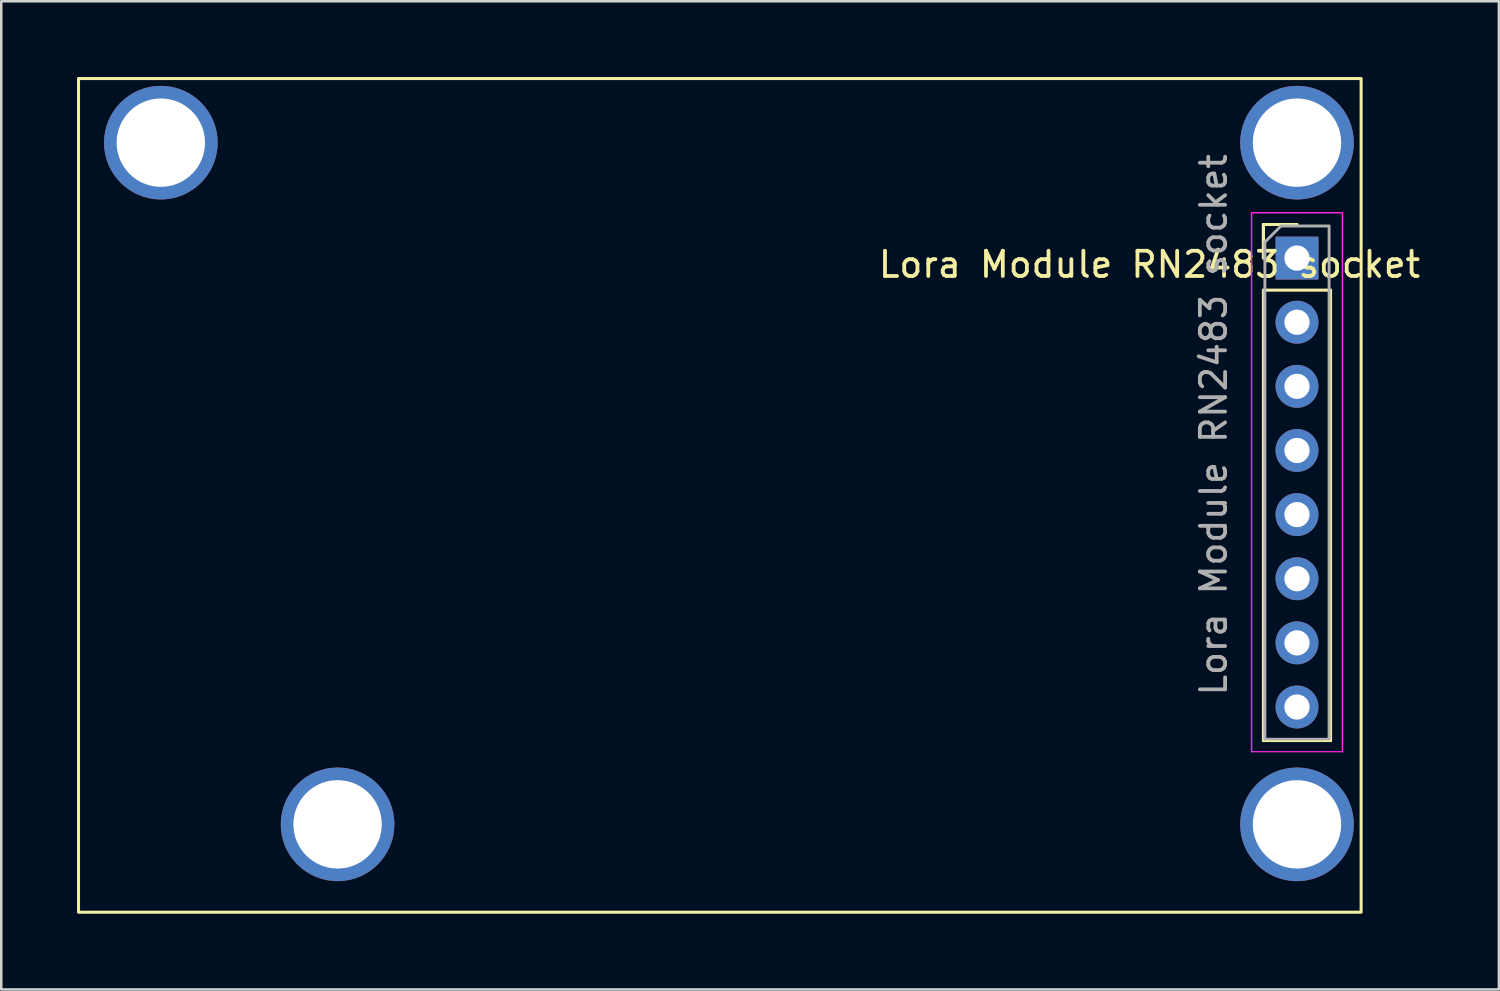
<source format=kicad_pcb>
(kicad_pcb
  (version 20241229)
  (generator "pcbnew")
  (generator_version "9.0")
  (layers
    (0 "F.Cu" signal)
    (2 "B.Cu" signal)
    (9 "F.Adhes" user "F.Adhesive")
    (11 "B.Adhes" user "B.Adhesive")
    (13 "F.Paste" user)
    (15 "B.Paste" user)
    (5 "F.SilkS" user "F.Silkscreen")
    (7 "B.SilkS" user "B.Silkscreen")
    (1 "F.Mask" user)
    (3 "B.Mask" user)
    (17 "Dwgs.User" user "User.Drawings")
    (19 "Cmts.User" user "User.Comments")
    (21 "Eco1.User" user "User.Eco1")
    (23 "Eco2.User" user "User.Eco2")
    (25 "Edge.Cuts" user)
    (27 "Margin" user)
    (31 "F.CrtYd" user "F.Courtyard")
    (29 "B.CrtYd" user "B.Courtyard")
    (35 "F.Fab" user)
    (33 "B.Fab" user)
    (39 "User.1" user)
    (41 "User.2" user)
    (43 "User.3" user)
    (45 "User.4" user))
  (footprint "Lora Module RN2483 socket"
    (layer "F.Cu")
    (at 48.32 7.172)
    (property "Reference" "Lora Module RN2483 socket" (at -5.842 0.254 0) (layer "F.SilkS") (effects (font (size 1 1) (thickness 0.15))))
    (attr through_hole)
    (fp_line (start -1.33 -1.33) (end 0 -1.33) (stroke (width 0.12) (type solid)) (layer "F.SilkS"))
    (fp_line (start -1.33 -1.33) (end 0 -1.33) (stroke (width 0.12) (type solid)) (layer "F.SilkS"))
    (fp_line (start -1.33 0) (end -1.33 -1.33) (stroke (width 0.12) (type solid)) (layer "F.SilkS"))
    (fp_line (start -1.33 0) (end -1.33 -1.33) (stroke (width 0.12) (type solid)) (layer "F.SilkS"))
    (fp_line (start -1.33 1.27) (end -1.33 19.11) (stroke (width 0.12) (type solid)) (layer "F.SilkS"))
    (fp_line (start -1.33 1.27) (end 1.33 1.27) (stroke (width 0.12) (type solid)) (layer "F.SilkS"))
    (fp_line (start -1.33 19.11) (end 1.33 19.11) (stroke (width 0.12) (type solid)) (layer "F.SilkS"))
    (fp_line (start 1.33 1.27) (end 1.33 19.11) (stroke (width 0.12) (type solid)) (layer "F.SilkS"))
    (fp_rect (start -48.26 25.908) (end 2.54 -7.112) (stroke (width 0.12) (type solid)) (fill no) (layer "F.SilkS"))
    (fp_line (start -1.8 -1.8) (end -1.8 19.55) (stroke (width 0.05) (type solid)) (layer "F.CrtYd"))
    (fp_line (start -1.8 -1.8) (end -1.8 19.55) (stroke (width 0.05) (type solid)) (layer "F.CrtYd"))
    (fp_line (start -1.8 19.55) (end 1.8 19.55) (stroke (width 0.05) (type solid)) (layer "F.CrtYd"))
    (fp_line (start 1.8 -1.8) (end -1.8 -1.8) (stroke (width 0.05) (type solid)) (layer "F.CrtYd"))
    (fp_line (start 1.8 -1.8) (end -1.8 -1.8) (stroke (width 0.05) (type solid)) (layer "F.CrtYd"))
    (fp_line (start 1.8 19.55) (end 1.8 -1.8) (stroke (width 0.05) (type solid)) (layer "F.CrtYd"))
    (fp_line (start 1.8 19.55) (end 1.8 -1.8) (stroke (width 0.05) (type solid)) (layer "F.CrtYd"))
    (fp_line (start -1.27 -0.635) (end -0.635 -1.27) (stroke (width 0.1) (type solid)) (layer "F.Fab"))
    (fp_line (start -1.27 -0.635) (end -0.635 -1.27) (stroke (width 0.1) (type solid)) (layer "F.Fab"))
    (fp_line (start -1.27 19.05) (end -1.27 -0.635) (stroke (width 0.1) (type solid)) (layer "F.Fab"))
    (fp_line (start -1.27 19.05) (end -1.27 -0.635) (stroke (width 0.1) (type solid)) (layer "F.Fab"))
    (fp_line (start -0.635 -1.27) (end 1.27 -1.27) (stroke (width 0.1) (type solid)) (layer "F.Fab"))
    (fp_line (start -0.635 -1.27) (end 1.27 -1.27) (stroke (width 0.1) (type solid)) (layer "F.Fab"))
    (fp_line (start 1.27 -1.27) (end 1.27 19.05) (stroke (width 0.1) (type solid)) (layer "F.Fab"))
    (fp_line (start 1.27 -1.27) (end 1.27 19.05) (stroke (width 0.1) (type solid)) (layer "F.Fab"))
    (fp_line (start 1.27 19.05) (end -1.27 19.05) (stroke (width 0.1) (type solid)) (layer "F.Fab"))
    (fp_text user "${REFERENCE}" (at -3.302 6.604 90) (layer "F.Fab") (effects (font (size 1 1) (thickness 0.15))))
    (pad "0" thru_hole circle (at -45 -4.572) (size 4.5 4.5) (drill 3.5) (layers "*.Cu" "*.Mask"))
    (pad "0" thru_hole circle (at -38 22.428) (size 4.5 4.5) (drill 3.5) (layers "*.Cu" "*.Mask"))
    (pad "0" thru_hole circle (at 0 -4.572) (size 4.5 4.5) (drill 3.5) (layers "*.Cu" "*.Mask"))
    (pad "0" thru_hole circle (at 0 22.428) (size 4.5 4.5) (drill 3.5) (layers "*.Cu" "*.Mask"))
    (pad "1" thru_hole rect (at 0 0) (size 1.7 1.7) (drill 1) (layers "*.Cu" "*.Mask"))
    (pad "2" thru_hole oval (at 0 2.54) (size 1.7 1.7) (drill 1) (layers "*.Cu" "*.Mask"))
    (pad "3" thru_hole oval (at 0 5.08) (size 1.7 1.7) (drill 1) (layers "*.Cu" "*.Mask"))
    (pad "4" thru_hole oval (at 0 7.62) (size 1.7 1.7) (drill 1) (layers "*.Cu" "*.Mask"))
    (pad "5" thru_hole oval (at 0 10.16) (size 1.7 1.7) (drill 1) (layers "*.Cu" "*.Mask"))
    (pad "6" thru_hole oval (at 0 12.7) (size 1.7 1.7) (drill 1) (layers "*.Cu" "*.Mask"))
    (pad "7" thru_hole oval (at 0 15.24) (size 1.7 1.7) (drill 1) (layers "*.Cu" "*.Mask"))
    (pad "8" thru_hole oval (at 0 17.78) (size 1.7 1.7) (drill 1) (layers "*.Cu" "*.Mask")))
  (gr_rect
    (start -3 -3)
    (end 56.317 36.14)
    (stroke (width 0.1) (type default))
    (fill no)
    (layer "Edge.Cuts")))
</source>
